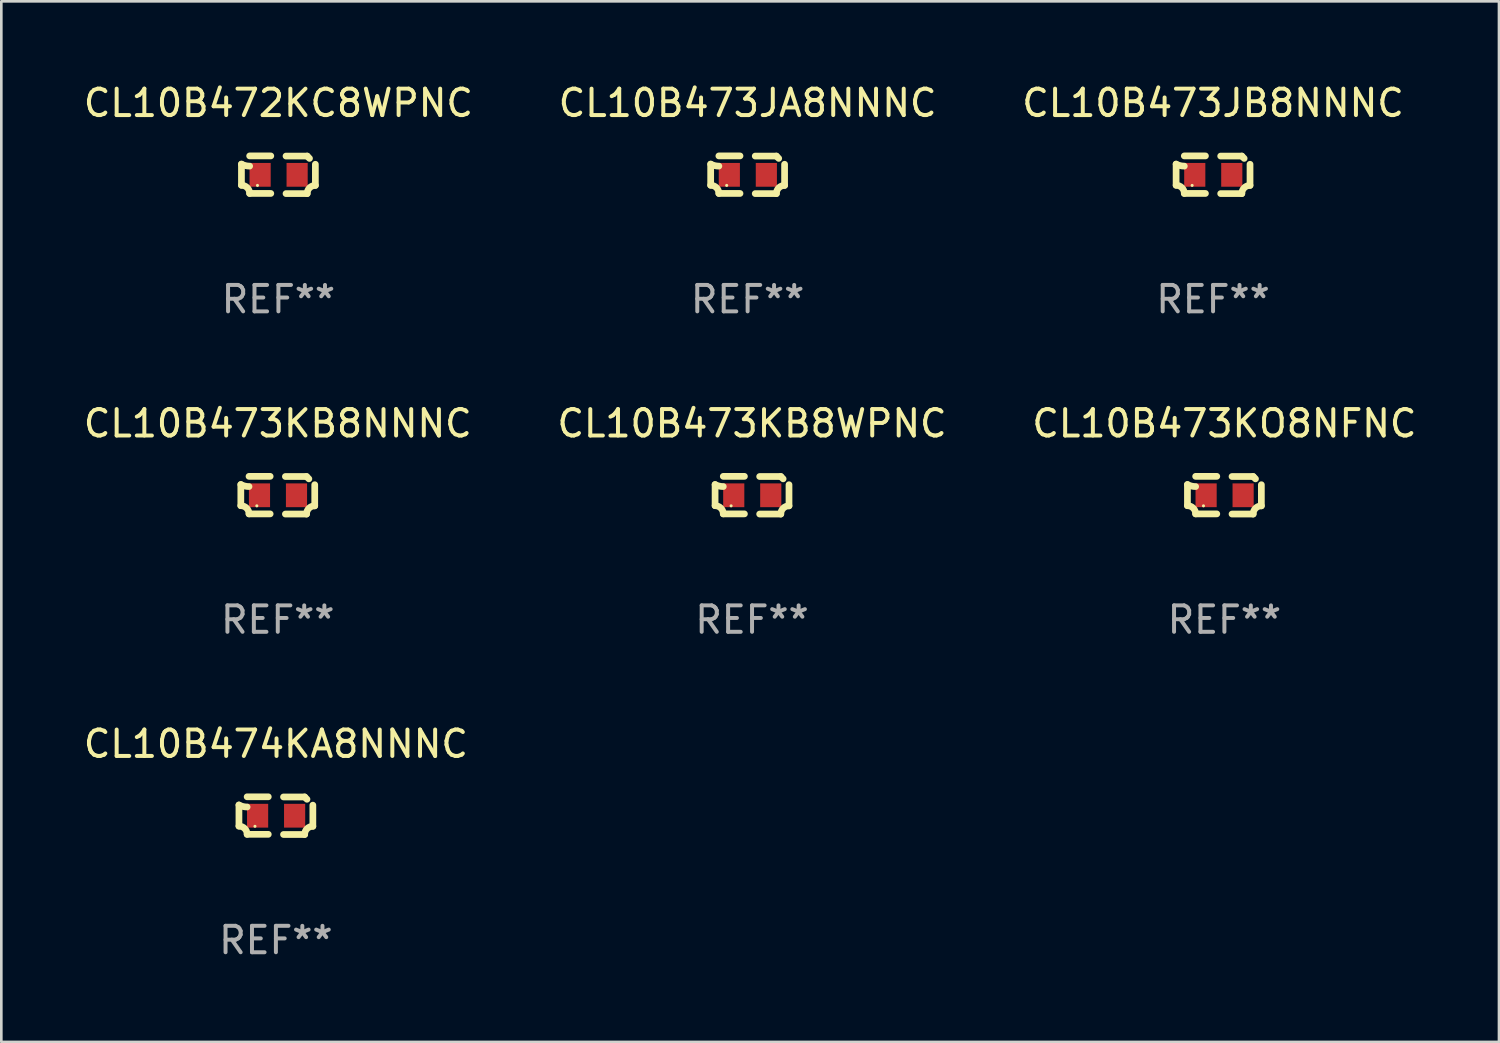
<source format=kicad_pcb>
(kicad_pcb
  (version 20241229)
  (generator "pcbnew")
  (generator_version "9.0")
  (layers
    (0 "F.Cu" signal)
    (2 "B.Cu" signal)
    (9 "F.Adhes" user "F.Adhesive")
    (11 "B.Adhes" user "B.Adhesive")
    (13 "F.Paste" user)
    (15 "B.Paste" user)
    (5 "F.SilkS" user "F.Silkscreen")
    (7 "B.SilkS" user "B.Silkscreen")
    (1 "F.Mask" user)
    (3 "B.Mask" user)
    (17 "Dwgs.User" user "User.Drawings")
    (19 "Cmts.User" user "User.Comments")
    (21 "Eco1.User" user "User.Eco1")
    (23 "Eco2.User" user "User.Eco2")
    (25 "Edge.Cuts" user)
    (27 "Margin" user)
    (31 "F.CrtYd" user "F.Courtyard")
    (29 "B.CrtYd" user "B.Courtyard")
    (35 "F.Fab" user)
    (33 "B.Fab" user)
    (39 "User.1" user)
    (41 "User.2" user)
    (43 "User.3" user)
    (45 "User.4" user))
  (footprint "CL10B474KA8NNNC"
    (layer "F.Cu")
    (at 7.387 27.805)
    (property "Reference" "CL10B474KA8NNNC" (at 0 -2.713 0) (layer "F.SilkS") (effects (font (size 1 1) (thickness 0.15))))
    (attr through_hole)
    (fp_line (start -1.398 -0.403) (end -1.398 0.397) (stroke (width 0.254) (type solid)) (layer "F.SilkS"))
    (fp_line (start -0.288 -0.713) (end -1.088 -0.713) (stroke (width 0.254) (type solid)) (layer "F.SilkS"))
    (fp_line (start -0.288 0.707) (end -1.088 0.707) (stroke (width 0.254) (type solid)) (layer "F.SilkS"))
    (fp_line (start 0.288 -0.707) (end 1.088 -0.707) (stroke (width 0.254) (type solid)) (layer "F.SilkS"))
    (fp_line (start 0.288 0.713) (end 1.088 0.713) (stroke (width 0.254) (type solid)) (layer "F.SilkS"))
    (fp_line (start 1.398 -0.397) (end 1.398 0.403) (stroke (width 0.254) (type solid)) (layer "F.SilkS"))
    (fp_arc (start -1.397789 0.397066) (mid -1.178701 0.487826) (end -1.08796 0.706922) (stroke (width 0.254001) (type solid)) (layer "F.SilkS"))
    (fp_arc (start -1.08796 -0.327176) (mid -1.247436 -0.346384) (end -1.39779 -0.402908) (stroke (width 0.254001) (type solid)) (layer "F.SilkS"))
    (fp_arc (start 1.087909 0.712738) (mid 1.178656 0.493655) (end 1.397739 0.402908) (stroke (width 0.254001) (type solid)) (layer "F.SilkS"))
    (fp_arc (start 1.175925 -0.618926) (mid 1.131917 -0.662923) (end 1.08791 -0.706922) (stroke (width 0.254001) (type solid)) (layer "F.SilkS"))
    (fp_circle (center -0.792 0.403) (end -0.762 0.403) (stroke (width 0.06) (type solid)) (fill no) (layer "F.SilkS"))
    (fp_text user "REF**" (at 0 4.713 0) (layer "F.Fab") (effects (font (size 1 1) (thickness 0.15))))
    (pad "1" smd rect (at -0.692 0.003) (size 0.8 0.9) (layers "F.Cu" "F.Mask" "F.Paste"))
    (pad "2" smd rect (at 0.708 0.003) (size 0.8 0.9) (layers "F.Cu" "F.Mask" "F.Paste")))
  (footprint "CL10B473JA8NNNC"
    (layer "F.Cu")
    (at 25.232 3.561)
    (property "Reference" "CL10B473JA8NNNC" (at 0 -2.713 0) (layer "F.SilkS") (effects (font (size 1 1) (thickness 0.15))))
    (attr through_hole)
    (fp_line (start -1.398 -0.403) (end -1.398 0.397) (stroke (width 0.254) (type solid)) (layer "F.SilkS"))
    (fp_line (start -0.288 -0.713) (end -1.088 -0.713) (stroke (width 0.254) (type solid)) (layer "F.SilkS"))
    (fp_line (start -0.288 0.707) (end -1.088 0.707) (stroke (width 0.254) (type solid)) (layer "F.SilkS"))
    (fp_line (start 0.288 -0.707) (end 1.088 -0.707) (stroke (width 0.254) (type solid)) (layer "F.SilkS"))
    (fp_line (start 0.288 0.713) (end 1.088 0.713) (stroke (width 0.254) (type solid)) (layer "F.SilkS"))
    (fp_line (start 1.398 -0.397) (end 1.398 0.403) (stroke (width 0.254) (type solid)) (layer "F.SilkS"))
    (fp_arc (start -1.397789 0.397066) (mid -1.178701 0.487826) (end -1.08796 0.706922) (stroke (width 0.254001) (type solid)) (layer "F.SilkS"))
    (fp_arc (start -1.08796 -0.327176) (mid -1.247436 -0.346384) (end -1.39779 -0.402908) (stroke (width 0.254001) (type solid)) (layer "F.SilkS"))
    (fp_arc (start 1.087909 0.712738) (mid 1.178656 0.493655) (end 1.397739 0.402908) (stroke (width 0.254001) (type solid)) (layer "F.SilkS"))
    (fp_arc (start 1.175925 -0.618926) (mid 1.131917 -0.662923) (end 1.08791 -0.706922) (stroke (width 0.254001) (type solid)) (layer "F.SilkS"))
    (fp_circle (center -0.792 0.403) (end -0.762 0.403) (stroke (width 0.06) (type solid)) (fill no) (layer "F.SilkS"))
    (fp_text user "REF**" (at 0 4.713 0) (layer "F.Fab") (effects (font (size 1 1) (thickness 0.15))))
    (pad "1" smd rect (at -0.692 0.003) (size 0.8 0.9) (layers "F.Cu" "F.Mask" "F.Paste"))
    (pad "2" smd rect (at 0.708 0.003) (size 0.8 0.9) (layers "F.Cu" "F.Mask" "F.Paste")))
  (footprint "CL10B472KC8WPNC"
    (layer "F.Cu")
    (at 7.482 3.561)
    (property "Reference" "CL10B472KC8WPNC" (at 0 -2.713 0) (layer "F.SilkS") (effects (font (size 1 1) (thickness 0.15))))
    (attr through_hole)
    (fp_line (start -1.398 -0.403) (end -1.398 0.397) (stroke (width 0.254) (type solid)) (layer "F.SilkS"))
    (fp_line (start -0.288 -0.713) (end -1.088 -0.713) (stroke (width 0.254) (type solid)) (layer "F.SilkS"))
    (fp_line (start -0.288 0.707) (end -1.088 0.707) (stroke (width 0.254) (type solid)) (layer "F.SilkS"))
    (fp_line (start 0.288 -0.707) (end 1.088 -0.707) (stroke (width 0.254) (type solid)) (layer "F.SilkS"))
    (fp_line (start 0.288 0.713) (end 1.088 0.713) (stroke (width 0.254) (type solid)) (layer "F.SilkS"))
    (fp_line (start 1.398 -0.397) (end 1.398 0.403) (stroke (width 0.254) (type solid)) (layer "F.SilkS"))
    (fp_arc (start -1.397789 0.397066) (mid -1.178701 0.487826) (end -1.08796 0.706922) (stroke (width 0.254001) (type solid)) (layer "F.SilkS"))
    (fp_arc (start -1.08796 -0.327176) (mid -1.247436 -0.346384) (end -1.39779 -0.402908) (stroke (width 0.254001) (type solid)) (layer "F.SilkS"))
    (fp_arc (start 1.087909 0.712738) (mid 1.178656 0.493655) (end 1.397739 0.402908) (stroke (width 0.254001) (type solid)) (layer "F.SilkS"))
    (fp_arc (start 1.175925 -0.618926) (mid 1.131917 -0.662923) (end 1.08791 -0.706922) (stroke (width 0.254001) (type solid)) (layer "F.SilkS"))
    (fp_circle (center -0.792 0.403) (end -0.762 0.403) (stroke (width 0.06) (type solid)) (fill no) (layer "F.SilkS"))
    (fp_text user "REF**" (at 0 4.713 0) (layer "F.Fab") (effects (font (size 1 1) (thickness 0.15))))
    (pad "1" smd rect (at -0.692 0.003) (size 0.8 0.9) (layers "F.Cu" "F.Mask" "F.Paste"))
    (pad "2" smd rect (at 0.708 0.003) (size 0.8 0.9) (layers "F.Cu" "F.Mask" "F.Paste")))
  (footprint "CL10B473KB8NNNC"
    (layer "F.Cu")
    (at 7.458 15.683)
    (property "Reference" "CL10B473KB8NNNC" (at 0 -2.713 0) (layer "F.SilkS") (effects (font (size 1 1) (thickness 0.15))))
    (attr through_hole)
    (fp_line (start -1.398 -0.403) (end -1.398 0.397) (stroke (width 0.254) (type solid)) (layer "F.SilkS"))
    (fp_line (start -0.288 -0.713) (end -1.088 -0.713) (stroke (width 0.254) (type solid)) (layer "F.SilkS"))
    (fp_line (start -0.288 0.707) (end -1.088 0.707) (stroke (width 0.254) (type solid)) (layer "F.SilkS"))
    (fp_line (start 0.288 -0.707) (end 1.088 -0.707) (stroke (width 0.254) (type solid)) (layer "F.SilkS"))
    (fp_line (start 0.288 0.713) (end 1.088 0.713) (stroke (width 0.254) (type solid)) (layer "F.SilkS"))
    (fp_line (start 1.398 -0.397) (end 1.398 0.403) (stroke (width 0.254) (type solid)) (layer "F.SilkS"))
    (fp_arc (start -1.397789 0.397066) (mid -1.178701 0.487826) (end -1.08796 0.706922) (stroke (width 0.254001) (type solid)) (layer "F.SilkS"))
    (fp_arc (start -1.08796 -0.327176) (mid -1.247436 -0.346384) (end -1.39779 -0.402908) (stroke (width 0.254001) (type solid)) (layer "F.SilkS"))
    (fp_arc (start 1.087909 0.712738) (mid 1.178656 0.493655) (end 1.397739 0.402908) (stroke (width 0.254001) (type solid)) (layer "F.SilkS"))
    (fp_arc (start 1.175925 -0.618926) (mid 1.131917 -0.662923) (end 1.08791 -0.706922) (stroke (width 0.254001) (type solid)) (layer "F.SilkS"))
    (fp_circle (center -0.792 0.403) (end -0.762 0.403) (stroke (width 0.06) (type solid)) (fill no) (layer "F.SilkS"))
    (fp_text user "REF**" (at 0 4.713 0) (layer "F.Fab") (effects (font (size 1 1) (thickness 0.15))))
    (pad "1" smd rect (at -0.692 0.003) (size 0.8 0.9) (layers "F.Cu" "F.Mask" "F.Paste"))
    (pad "2" smd rect (at 0.708 0.003) (size 0.8 0.9) (layers "F.Cu" "F.Mask" "F.Paste")))
  (footprint "CL10B473JB8NNNC"
    (layer "F.Cu")
    (at 42.839 3.561)
    (property "Reference" "CL10B473JB8NNNC" (at 0 -2.713 0) (layer "F.SilkS") (effects (font (size 1 1) (thickness 0.15))))
    (attr through_hole)
    (fp_line (start -1.398 -0.403) (end -1.398 0.397) (stroke (width 0.254) (type solid)) (layer "F.SilkS"))
    (fp_line (start -0.288 -0.713) (end -1.088 -0.713) (stroke (width 0.254) (type solid)) (layer "F.SilkS"))
    (fp_line (start -0.288 0.707) (end -1.088 0.707) (stroke (width 0.254) (type solid)) (layer "F.SilkS"))
    (fp_line (start 0.288 -0.707) (end 1.088 -0.707) (stroke (width 0.254) (type solid)) (layer "F.SilkS"))
    (fp_line (start 0.288 0.713) (end 1.088 0.713) (stroke (width 0.254) (type solid)) (layer "F.SilkS"))
    (fp_line (start 1.398 -0.397) (end 1.398 0.403) (stroke (width 0.254) (type solid)) (layer "F.SilkS"))
    (fp_arc (start -1.397789 0.397066) (mid -1.178701 0.487826) (end -1.08796 0.706922) (stroke (width 0.254001) (type solid)) (layer "F.SilkS"))
    (fp_arc (start -1.08796 -0.327176) (mid -1.247436 -0.346384) (end -1.39779 -0.402908) (stroke (width 0.254001) (type solid)) (layer "F.SilkS"))
    (fp_arc (start 1.087909 0.712738) (mid 1.178656 0.493655) (end 1.397739 0.402908) (stroke (width 0.254001) (type solid)) (layer "F.SilkS"))
    (fp_arc (start 1.175925 -0.618926) (mid 1.131917 -0.662923) (end 1.08791 -0.706922) (stroke (width 0.254001) (type solid)) (layer "F.SilkS"))
    (fp_circle (center -0.792 0.403) (end -0.762 0.403) (stroke (width 0.06) (type solid)) (fill no) (layer "F.SilkS"))
    (fp_text user "REF**" (at 0 4.713 0) (layer "F.Fab") (effects (font (size 1 1) (thickness 0.15))))
    (pad "1" smd rect (at -0.692 0.003) (size 0.8 0.9) (layers "F.Cu" "F.Mask" "F.Paste"))
    (pad "2" smd rect (at 0.708 0.003) (size 0.8 0.9) (layers "F.Cu" "F.Mask" "F.Paste")))
  (footprint "CL10B473KB8WPNC"
    (layer "F.Cu")
    (at 25.399 15.683)
    (property "Reference" "CL10B473KB8WPNC" (at 0 -2.713 0) (layer "F.SilkS") (effects (font (size 1 1) (thickness 0.15))))
    (attr through_hole)
    (fp_line (start -1.398 -0.403) (end -1.398 0.397) (stroke (width 0.254) (type solid)) (layer "F.SilkS"))
    (fp_line (start -0.288 -0.713) (end -1.088 -0.713) (stroke (width 0.254) (type solid)) (layer "F.SilkS"))
    (fp_line (start -0.288 0.707) (end -1.088 0.707) (stroke (width 0.254) (type solid)) (layer "F.SilkS"))
    (fp_line (start 0.288 -0.707) (end 1.088 -0.707) (stroke (width 0.254) (type solid)) (layer "F.SilkS"))
    (fp_line (start 0.288 0.713) (end 1.088 0.713) (stroke (width 0.254) (type solid)) (layer "F.SilkS"))
    (fp_line (start 1.398 -0.397) (end 1.398 0.403) (stroke (width 0.254) (type solid)) (layer "F.SilkS"))
    (fp_arc (start -1.397789 0.397066) (mid -1.178701 0.487826) (end -1.08796 0.706922) (stroke (width 0.254001) (type solid)) (layer "F.SilkS"))
    (fp_arc (start -1.08796 -0.327176) (mid -1.247436 -0.346384) (end -1.39779 -0.402908) (stroke (width 0.254001) (type solid)) (layer "F.SilkS"))
    (fp_arc (start 1.087909 0.712738) (mid 1.178656 0.493655) (end 1.397739 0.402908) (stroke (width 0.254001) (type solid)) (layer "F.SilkS"))
    (fp_arc (start 1.175925 -0.618926) (mid 1.131917 -0.662923) (end 1.08791 -0.706922) (stroke (width 0.254001) (type solid)) (layer "F.SilkS"))
    (fp_circle (center -0.792 0.403) (end -0.762 0.403) (stroke (width 0.06) (type solid)) (fill no) (layer "F.SilkS"))
    (fp_text user "REF**" (at 0 4.713 0) (layer "F.Fab") (effects (font (size 1 1) (thickness 0.15))))
    (pad "1" smd rect (at -0.692 0.003) (size 0.8 0.9) (layers "F.Cu" "F.Mask" "F.Paste"))
    (pad "2" smd rect (at 0.708 0.003) (size 0.8 0.9) (layers "F.Cu" "F.Mask" "F.Paste")))
  (footprint "CL10B473KO8NFNC"
    (layer "F.Cu")
    (at 43.268 15.683)
    (property "Reference" "CL10B473KO8NFNC" (at 0 -2.713 0) (layer "F.SilkS") (effects (font (size 1 1) (thickness 0.15))))
    (attr through_hole)
    (fp_line (start -1.398 -0.403) (end -1.398 0.397) (stroke (width 0.254) (type solid)) (layer "F.SilkS"))
    (fp_line (start -0.288 -0.713) (end -1.088 -0.713) (stroke (width 0.254) (type solid)) (layer "F.SilkS"))
    (fp_line (start -0.288 0.707) (end -1.088 0.707) (stroke (width 0.254) (type solid)) (layer "F.SilkS"))
    (fp_line (start 0.288 -0.707) (end 1.088 -0.707) (stroke (width 0.254) (type solid)) (layer "F.SilkS"))
    (fp_line (start 0.288 0.713) (end 1.088 0.713) (stroke (width 0.254) (type solid)) (layer "F.SilkS"))
    (fp_line (start 1.398 -0.397) (end 1.398 0.403) (stroke (width 0.254) (type solid)) (layer "F.SilkS"))
    (fp_arc (start -1.397789 0.397066) (mid -1.178701 0.487826) (end -1.08796 0.706922) (stroke (width 0.254001) (type solid)) (layer "F.SilkS"))
    (fp_arc (start -1.08796 -0.327176) (mid -1.247436 -0.346384) (end -1.39779 -0.402908) (stroke (width 0.254001) (type solid)) (layer "F.SilkS"))
    (fp_arc (start 1.087909 0.712738) (mid 1.178656 0.493655) (end 1.397739 0.402908) (stroke (width 0.254001) (type solid)) (layer "F.SilkS"))
    (fp_arc (start 1.175925 -0.618926) (mid 1.131917 -0.662923) (end 1.08791 -0.706922) (stroke (width 0.254001) (type solid)) (layer "F.SilkS"))
    (fp_circle (center -0.792 0.403) (end -0.762 0.403) (stroke (width 0.06) (type solid)) (fill no) (layer "F.SilkS"))
    (fp_text user "REF**" (at 0 4.713 0) (layer "F.Fab") (effects (font (size 1 1) (thickness 0.15))))
    (pad "1" smd rect (at -0.692 0.003) (size 0.8 0.9) (layers "F.Cu" "F.Mask" "F.Paste"))
    (pad "2" smd rect (at 0.708 0.003) (size 0.8 0.9) (layers "F.Cu" "F.Mask" "F.Paste")))
  (gr_rect
    (start -3 -3)
    (end 53.655 36.366)
    (stroke (width 0.1) (type default))
    (fill no)
    (layer "Edge.Cuts")))
</source>
